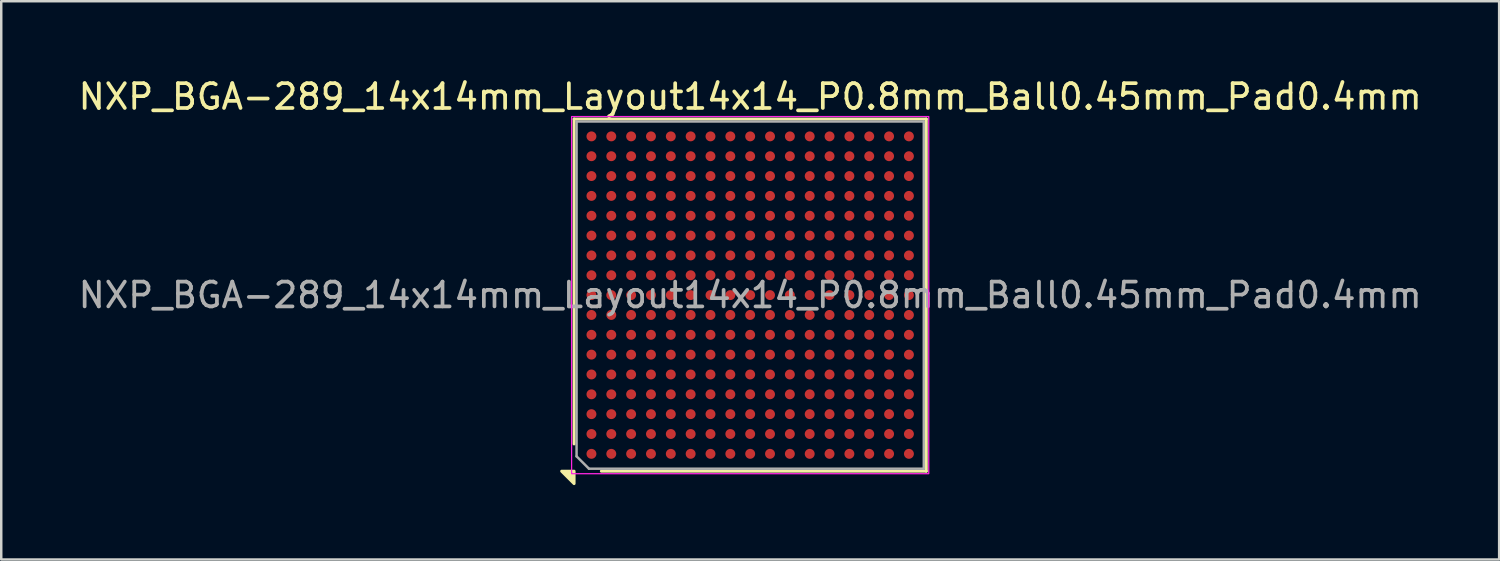
<source format=kicad_pcb>
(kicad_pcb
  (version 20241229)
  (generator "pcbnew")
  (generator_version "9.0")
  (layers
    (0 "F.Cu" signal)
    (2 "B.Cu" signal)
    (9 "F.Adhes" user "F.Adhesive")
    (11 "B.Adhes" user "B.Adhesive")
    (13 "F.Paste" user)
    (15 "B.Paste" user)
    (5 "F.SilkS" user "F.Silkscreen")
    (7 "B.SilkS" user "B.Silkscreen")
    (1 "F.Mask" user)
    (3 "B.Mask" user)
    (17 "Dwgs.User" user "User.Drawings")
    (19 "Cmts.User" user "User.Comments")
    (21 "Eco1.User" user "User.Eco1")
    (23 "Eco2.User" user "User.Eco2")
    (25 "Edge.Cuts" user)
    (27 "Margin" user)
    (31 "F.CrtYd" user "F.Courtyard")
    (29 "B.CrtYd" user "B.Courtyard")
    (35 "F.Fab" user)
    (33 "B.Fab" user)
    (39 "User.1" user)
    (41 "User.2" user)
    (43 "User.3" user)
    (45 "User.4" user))
  (footprint "NXP_BGA-289_14x14mm_Layout14x14_P0.8mm_Ball0.45mm_Pad0.4mm"
    (layer "F.Cu")
    (at 27.196 8.848)
    (property "Reference" "NXP_BGA-289_14x14mm_Layout14x14_P0.8mm_Ball0.45mm_Pad0.4mm" (at 0 -8 0) (layer "F.SilkS") (effects (font (size 1 1) (thickness 0.15))))
    (attr smd)
    (fp_line (start -7.1 -7.1) (end 7.1 -7.1) (stroke (width 0.12) (type solid)) (layer "F.SilkS"))
    (fp_line (start -7.1 6) (end -7.1 -7.1) (stroke (width 0.12) (type solid)) (layer "F.SilkS"))
    (fp_line (start 7.1 -7.1) (end 7.1 7.1) (stroke (width 0.12) (type solid)) (layer "F.SilkS"))
    (fp_line (start 7.1 7.1) (end -6 7.1) (stroke (width 0.12) (type solid)) (layer "F.SilkS"))
    (fp_poly (pts (xy -7.1 7.1) (xy -7.1 7.6) (xy -7.6 7.1) (xy -7.1 7.1)) (stroke (width 0.12) (type solid)) (fill yes) (layer "F.SilkS"))
    (fp_rect (start -7.2 -7.2) (end 7.2 7.2) (stroke (width 0.05) (type solid)) (fill no) (layer "F.CrtYd"))
    (fp_line (start -7 -7) (end 7 -7) (stroke (width 0.1) (type solid)) (layer "F.Fab"))
    (fp_line (start -7 6.5) (end -7 -7) (stroke (width 0.1) (type solid)) (layer "F.Fab"))
    (fp_line (start -6.5 7) (end -7 6.5) (stroke (width 0.1) (type solid)) (layer "F.Fab"))
    (fp_line (start 7 -7) (end 7 7) (stroke (width 0.1) (type solid)) (layer "F.Fab"))
    (fp_line (start 7 7) (end -6.5 7) (stroke (width 0.1) (type solid)) (layer "F.Fab"))
    (fp_text user "${REFERENCE}" (at 0 0 0) (unlocked yes) (layer "F.Fab") (effects (font (size 1 1) (thickness 0.15))))
    (pad "A1" smd circle (at -6.4 6.4) (size 0.4 0.4) (property pad_prop_bga) (layers "F.Cu" "F.Mask" "F.Paste"))
    (pad "A2" smd circle (at -6.4 5.6) (size 0.4 0.4) (property pad_prop_bga) (layers "F.Cu" "F.Mask" "F.Paste"))
    (pad "A3" smd circle (at -6.4 4.8) (size 0.4 0.4) (property pad_prop_bga) (layers "F.Cu" "F.Mask" "F.Paste"))
    (pad "A4" smd circle (at -6.4 4) (size 0.4 0.4) (property pad_prop_bga) (layers "F.Cu" "F.Mask" "F.Paste"))
    (pad "A5" smd circle (at -6.4 3.2) (size 0.4 0.4) (property pad_prop_bga) (layers "F.Cu" "F.Mask" "F.Paste"))
    (pad "A6" smd circle (at -6.4 2.4) (size 0.4 0.4) (property pad_prop_bga) (layers "F.Cu" "F.Mask" "F.Paste"))
    (pad "A7" smd circle (at -6.4 1.6) (size 0.4 0.4) (property pad_prop_bga) (layers "F.Cu" "F.Mask" "F.Paste"))
    (pad "A8" smd circle (at -6.4 0.8) (size 0.4 0.4) (property pad_prop_bga) (layers "F.Cu" "F.Mask" "F.Paste"))
    (pad "A9" smd circle (at -6.4 0) (size 0.4 0.4) (property pad_prop_bga) (layers "F.Cu" "F.Mask" "F.Paste"))
    (pad "A10" smd circle (at -6.4 -0.8) (size 0.4 0.4) (property pad_prop_bga) (layers "F.Cu" "F.Mask" "F.Paste"))
    (pad "A11" smd circle (at -6.4 -1.6) (size 0.4 0.4) (property pad_prop_bga) (layers "F.Cu" "F.Mask" "F.Paste"))
    (pad "A12" smd circle (at -6.4 -2.4) (size 0.4 0.4) (property pad_prop_bga) (layers "F.Cu" "F.Mask" "F.Paste"))
    (pad "A13" smd circle (at -6.4 -3.2) (size 0.4 0.4) (property pad_prop_bga) (layers "F.Cu" "F.Mask" "F.Paste"))
    (pad "A14" smd circle (at -6.4 -4) (size 0.4 0.4) (property pad_prop_bga) (layers "F.Cu" "F.Mask" "F.Paste"))
    (pad "A15" smd circle (at -6.4 -4.8) (size 0.4 0.4) (property pad_prop_bga) (layers "F.Cu" "F.Mask" "F.Paste"))
    (pad "A16" smd circle (at -6.4 -5.6) (size 0.4 0.4) (property pad_prop_bga) (layers "F.Cu" "F.Mask" "F.Paste"))
    (pad "A17" smd circle (at -6.4 -6.4) (size 0.4 0.4) (property pad_prop_bga) (layers "F.Cu" "F.Mask" "F.Paste"))
    (pad "B1" smd circle (at -5.6 6.4) (size 0.4 0.4) (property pad_prop_bga) (layers "F.Cu" "F.Mask" "F.Paste"))
    (pad "B2" smd circle (at -5.6 5.6) (size 0.4 0.4) (property pad_prop_bga) (layers "F.Cu" "F.Mask" "F.Paste"))
    (pad "B3" smd circle (at -5.6 4.8) (size 0.4 0.4) (property pad_prop_bga) (layers "F.Cu" "F.Mask" "F.Paste"))
    (pad "B4" smd circle (at -5.6 4) (size 0.4 0.4) (property pad_prop_bga) (layers "F.Cu" "F.Mask" "F.Paste"))
    (pad "B5" smd circle (at -5.6 3.2) (size 0.4 0.4) (property pad_prop_bga) (layers "F.Cu" "F.Mask" "F.Paste"))
    (pad "B6" smd circle (at -5.6 2.4) (size 0.4 0.4) (property pad_prop_bga) (layers "F.Cu" "F.Mask" "F.Paste"))
    (pad "B7" smd circle (at -5.6 1.6) (size 0.4 0.4) (property pad_prop_bga) (layers "F.Cu" "F.Mask" "F.Paste"))
    (pad "B8" smd circle (at -5.6 0.8) (size 0.4 0.4) (property pad_prop_bga) (layers "F.Cu" "F.Mask" "F.Paste"))
    (pad "B9" smd circle (at -5.6 0) (size 0.4 0.4) (property pad_prop_bga) (layers "F.Cu" "F.Mask" "F.Paste"))
    (pad "B10" smd circle (at -5.6 -0.8) (size 0.4 0.4) (property pad_prop_bga) (layers "F.Cu" "F.Mask" "F.Paste"))
    (pad "B11" smd circle (at -5.6 -1.6) (size 0.4 0.4) (property pad_prop_bga) (layers "F.Cu" "F.Mask" "F.Paste"))
    (pad "B12" smd circle (at -5.6 -2.4) (size 0.4 0.4) (property pad_prop_bga) (layers "F.Cu" "F.Mask" "F.Paste"))
    (pad "B13" smd circle (at -5.6 -3.2) (size 0.4 0.4) (property pad_prop_bga) (layers "F.Cu" "F.Mask" "F.Paste"))
    (pad "B14" smd circle (at -5.6 -4) (size 0.4 0.4) (property pad_prop_bga) (layers "F.Cu" "F.Mask" "F.Paste"))
    (pad "B15" smd circle (at -5.6 -4.8) (size 0.4 0.4) (property pad_prop_bga) (layers "F.Cu" "F.Mask" "F.Paste"))
    (pad "B16" smd circle (at -5.6 -5.6) (size 0.4 0.4) (property pad_prop_bga) (layers "F.Cu" "F.Mask" "F.Paste"))
    (pad "B17" smd circle (at -5.6 -6.4) (size 0.4 0.4) (property pad_prop_bga) (layers "F.Cu" "F.Mask" "F.Paste"))
    (pad "C1" smd circle (at -4.8 6.4) (size 0.4 0.4) (property pad_prop_bga) (layers "F.Cu" "F.Mask" "F.Paste"))
    (pad "C2" smd circle (at -4.8 5.6) (size 0.4 0.4) (property pad_prop_bga) (layers "F.Cu" "F.Mask" "F.Paste"))
    (pad "C3" smd circle (at -4.8 4.8) (size 0.4 0.4) (property pad_prop_bga) (layers "F.Cu" "F.Mask" "F.Paste"))
    (pad "C4" smd circle (at -4.8 4) (size 0.4 0.4) (property pad_prop_bga) (layers "F.Cu" "F.Mask" "F.Paste"))
    (pad "C5" smd circle (at -4.8 3.2) (size 0.4 0.4) (property pad_prop_bga) (layers "F.Cu" "F.Mask" "F.Paste"))
    (pad "C6" smd circle (at -4.8 2.4) (size 0.4 0.4) (property pad_prop_bga) (layers "F.Cu" "F.Mask" "F.Paste"))
    (pad "C7" smd circle (at -4.8 1.6) (size 0.4 0.4) (property pad_prop_bga) (layers "F.Cu" "F.Mask" "F.Paste"))
    (pad "C8" smd circle (at -4.8 0.8) (size 0.4 0.4) (property pad_prop_bga) (layers "F.Cu" "F.Mask" "F.Paste"))
    (pad "C9" smd circle (at -4.8 0) (size 0.4 0.4) (property pad_prop_bga) (layers "F.Cu" "F.Mask" "F.Paste"))
    (pad "C10" smd circle (at -4.8 -0.8) (size 0.4 0.4) (property pad_prop_bga) (layers "F.Cu" "F.Mask" "F.Paste"))
    (pad "C11" smd circle (at -4.8 -1.6) (size 0.4 0.4) (property pad_prop_bga) (layers "F.Cu" "F.Mask" "F.Paste"))
    (pad "C12" smd circle (at -4.8 -2.4) (size 0.4 0.4) (property pad_prop_bga) (layers "F.Cu" "F.Mask" "F.Paste"))
    (pad "C13" smd circle (at -4.8 -3.2) (size 0.4 0.4) (property pad_prop_bga) (layers "F.Cu" "F.Mask" "F.Paste"))
    (pad "C14" smd circle (at -4.8 -4) (size 0.4 0.4) (property pad_prop_bga) (layers "F.Cu" "F.Mask" "F.Paste"))
    (pad "C15" smd circle (at -4.8 -4.8) (size 0.4 0.4) (property pad_prop_bga) (layers "F.Cu" "F.Mask" "F.Paste"))
    (pad "C16" smd circle (at -4.8 -5.6) (size 0.4 0.4) (property pad_prop_bga) (layers "F.Cu" "F.Mask" "F.Paste"))
    (pad "C17" smd circle (at -4.8 -6.4) (size 0.4 0.4) (property pad_prop_bga) (layers "F.Cu" "F.Mask" "F.Paste"))
    (pad "D1" smd circle (at -4 6.4) (size 0.4 0.4) (property pad_prop_bga) (layers "F.Cu" "F.Mask" "F.Paste"))
    (pad "D2" smd circle (at -4 5.6) (size 0.4 0.4) (property pad_prop_bga) (layers "F.Cu" "F.Mask" "F.Paste"))
    (pad "D3" smd circle (at -4 4.8) (size 0.4 0.4) (property pad_prop_bga) (layers "F.Cu" "F.Mask" "F.Paste"))
    (pad "D4" smd circle (at -4 4) (size 0.4 0.4) (property pad_prop_bga) (layers "F.Cu" "F.Mask" "F.Paste"))
    (pad "D5" smd circle (at -4 3.2) (size 0.4 0.4) (property pad_prop_bga) (layers "F.Cu" "F.Mask" "F.Paste"))
    (pad "D6" smd circle (at -4 2.4) (size 0.4 0.4) (property pad_prop_bga) (layers "F.Cu" "F.Mask" "F.Paste"))
    (pad "D7" smd circle (at -4 1.6) (size 0.4 0.4) (property pad_prop_bga) (layers "F.Cu" "F.Mask" "F.Paste"))
    (pad "D8" smd circle (at -4 0.8) (size 0.4 0.4) (property pad_prop_bga) (layers "F.Cu" "F.Mask" "F.Paste"))
    (pad "D9" smd circle (at -4 0) (size 0.4 0.4) (property pad_prop_bga) (layers "F.Cu" "F.Mask" "F.Paste"))
    (pad "D10" smd circle (at -4 -0.8) (size 0.4 0.4) (property pad_prop_bga) (layers "F.Cu" "F.Mask" "F.Paste"))
    (pad "D11" smd circle (at -4 -1.6) (size 0.4 0.4) (property pad_prop_bga) (layers "F.Cu" "F.Mask" "F.Paste"))
    (pad "D12" smd circle (at -4 -2.4) (size 0.4 0.4) (property pad_prop_bga) (layers "F.Cu" "F.Mask" "F.Paste"))
    (pad "D13" smd circle (at -4 -3.2) (size 0.4 0.4) (property pad_prop_bga) (layers "F.Cu" "F.Mask" "F.Paste"))
    (pad "D14" smd circle (at -4 -4) (size 0.4 0.4) (property pad_prop_bga) (layers "F.Cu" "F.Mask" "F.Paste"))
    (pad "D15" smd circle (at -4 -4.8) (size 0.4 0.4) (property pad_prop_bga) (layers "F.Cu" "F.Mask" "F.Paste"))
    (pad "D16" smd circle (at -4 -5.6) (size 0.4 0.4) (property pad_prop_bga) (layers "F.Cu" "F.Mask" "F.Paste"))
    (pad "D17" smd circle (at -4 -6.4) (size 0.4 0.4) (property pad_prop_bga) (layers "F.Cu" "F.Mask" "F.Paste"))
    (pad "E1" smd circle (at -3.2 6.4) (size 0.4 0.4) (property pad_prop_bga) (layers "F.Cu" "F.Mask" "F.Paste"))
    (pad "E2" smd circle (at -3.2 5.6) (size 0.4 0.4) (property pad_prop_bga) (layers "F.Cu" "F.Mask" "F.Paste"))
    (pad "E3" smd circle (at -3.2 4.8) (size 0.4 0.4) (property pad_prop_bga) (layers "F.Cu" "F.Mask" "F.Paste"))
    (pad "E4" smd circle (at -3.2 4) (size 0.4 0.4) (property pad_prop_bga) (layers "F.Cu" "F.Mask" "F.Paste"))
    (pad "E5" smd circle (at -3.2 3.2) (size 0.4 0.4) (property pad_prop_bga) (layers "F.Cu" "F.Mask" "F.Paste"))
    (pad "E6" smd circle (at -3.2 2.4) (size 0.4 0.4) (property pad_prop_bga) (layers "F.Cu" "F.Mask" "F.Paste"))
    (pad "E7" smd circle (at -3.2 1.6) (size 0.4 0.4) (property pad_prop_bga) (layers "F.Cu" "F.Mask" "F.Paste"))
    (pad "E8" smd circle (at -3.2 0.8) (size 0.4 0.4) (property pad_prop_bga) (layers "F.Cu" "F.Mask" "F.Paste"))
    (pad "E9" smd circle (at -3.2 0) (size 0.4 0.4) (property pad_prop_bga) (layers "F.Cu" "F.Mask" "F.Paste"))
    (pad "E10" smd circle (at -3.2 -0.8) (size 0.4 0.4) (property pad_prop_bga) (layers "F.Cu" "F.Mask" "F.Paste"))
    (pad "E11" smd circle (at -3.2 -1.6) (size 0.4 0.4) (property pad_prop_bga) (layers "F.Cu" "F.Mask" "F.Paste"))
    (pad "E12" smd circle (at -3.2 -2.4) (size 0.4 0.4) (property pad_prop_bga) (layers "F.Cu" "F.Mask" "F.Paste"))
    (pad "E13" smd circle (at -3.2 -3.2) (size 0.4 0.4) (property pad_prop_bga) (layers "F.Cu" "F.Mask" "F.Paste"))
    (pad "E14" smd circle (at -3.2 -4) (size 0.4 0.4) (property pad_prop_bga) (layers "F.Cu" "F.Mask" "F.Paste"))
    (pad "E15" smd circle (at -3.2 -4.8) (size 0.4 0.4) (property pad_prop_bga) (layers "F.Cu" "F.Mask" "F.Paste"))
    (pad "E16" smd circle (at -3.2 -5.6) (size 0.4 0.4) (property pad_prop_bga) (layers "F.Cu" "F.Mask" "F.Paste"))
    (pad "E17" smd circle (at -3.2 -6.4) (size 0.4 0.4) (property pad_prop_bga) (layers "F.Cu" "F.Mask" "F.Paste"))
    (pad "F1" smd circle (at -2.4 6.4) (size 0.4 0.4) (property pad_prop_bga) (layers "F.Cu" "F.Mask" "F.Paste"))
    (pad "F2" smd circle (at -2.4 5.6) (size 0.4 0.4) (property pad_prop_bga) (layers "F.Cu" "F.Mask" "F.Paste"))
    (pad "F3" smd circle (at -2.4 4.8) (size 0.4 0.4) (property pad_prop_bga) (layers "F.Cu" "F.Mask" "F.Paste"))
    (pad "F4" smd circle (at -2.4 4) (size 0.4 0.4) (property pad_prop_bga) (layers "F.Cu" "F.Mask" "F.Paste"))
    (pad "F5" smd circle (at -2.4 3.2) (size 0.4 0.4) (property pad_prop_bga) (layers "F.Cu" "F.Mask" "F.Paste"))
    (pad "F6" smd circle (at -2.4 2.4) (size 0.4 0.4) (property pad_prop_bga) (layers "F.Cu" "F.Mask" "F.Paste"))
    (pad "F7" smd circle (at -2.4 1.6) (size 0.4 0.4) (property pad_prop_bga) (layers "F.Cu" "F.Mask" "F.Paste"))
    (pad "F8" smd circle (at -2.4 0.8) (size 0.4 0.4) (property pad_prop_bga) (layers "F.Cu" "F.Mask" "F.Paste"))
    (pad "F9" smd circle (at -2.4 0) (size 0.4 0.4) (property pad_prop_bga) (layers "F.Cu" "F.Mask" "F.Paste"))
    (pad "F10" smd circle (at -2.4 -0.8) (size 0.4 0.4) (property pad_prop_bga) (layers "F.Cu" "F.Mask" "F.Paste"))
    (pad "F11" smd circle (at -2.4 -1.6) (size 0.4 0.4) (property pad_prop_bga) (layers "F.Cu" "F.Mask" "F.Paste"))
    (pad "F12" smd circle (at -2.4 -2.4) (size 0.4 0.4) (property pad_prop_bga) (layers "F.Cu" "F.Mask" "F.Paste"))
    (pad "F13" smd circle (at -2.4 -3.2) (size 0.4 0.4) (property pad_prop_bga) (layers "F.Cu" "F.Mask" "F.Paste"))
    (pad "F14" smd circle (at -2.4 -4) (size 0.4 0.4) (property pad_prop_bga) (layers "F.Cu" "F.Mask" "F.Paste"))
    (pad "F15" smd circle (at -2.4 -4.8) (size 0.4 0.4) (property pad_prop_bga) (layers "F.Cu" "F.Mask" "F.Paste"))
    (pad "F16" smd circle (at -2.4 -5.6) (size 0.4 0.4) (property pad_prop_bga) (layers "F.Cu" "F.Mask" "F.Paste"))
    (pad "F17" smd circle (at -2.4 -6.4) (size 0.4 0.4) (property pad_prop_bga) (layers "F.Cu" "F.Mask" "F.Paste"))
    (pad "G1" smd circle (at -1.6 6.4) (size 0.4 0.4) (property pad_prop_bga) (layers "F.Cu" "F.Mask" "F.Paste"))
    (pad "G2" smd circle (at -1.6 5.6) (size 0.4 0.4) (property pad_prop_bga) (layers "F.Cu" "F.Mask" "F.Paste"))
    (pad "G3" smd circle (at -1.6 4.8) (size 0.4 0.4) (property pad_prop_bga) (layers "F.Cu" "F.Mask" "F.Paste"))
    (pad "G4" smd circle (at -1.6 4) (size 0.4 0.4) (property pad_prop_bga) (layers "F.Cu" "F.Mask" "F.Paste"))
    (pad "G5" smd circle (at -1.6 3.2) (size 0.4 0.4) (property pad_prop_bga) (layers "F.Cu" "F.Mask" "F.Paste"))
    (pad "G6" smd circle (at -1.6 2.4) (size 0.4 0.4) (property pad_prop_bga) (layers "F.Cu" "F.Mask" "F.Paste"))
    (pad "G7" smd circle (at -1.6 1.6) (size 0.4 0.4) (property pad_prop_bga) (layers "F.Cu" "F.Mask" "F.Paste"))
    (pad "G8" smd circle (at -1.6 0.8) (size 0.4 0.4) (property pad_prop_bga) (layers "F.Cu" "F.Mask" "F.Paste"))
    (pad "G9" smd circle (at -1.6 0) (size 0.4 0.4) (property pad_prop_bga) (layers "F.Cu" "F.Mask" "F.Paste"))
    (pad "G10" smd circle (at -1.6 -0.8) (size 0.4 0.4) (property pad_prop_bga) (layers "F.Cu" "F.Mask" "F.Paste"))
    (pad "G11" smd circle (at -1.6 -1.6) (size 0.4 0.4) (property pad_prop_bga) (layers "F.Cu" "F.Mask" "F.Paste"))
    (pad "G12" smd circle (at -1.6 -2.4) (size 0.4 0.4) (property pad_prop_bga) (layers "F.Cu" "F.Mask" "F.Paste"))
    (pad "G13" smd circle (at -1.6 -3.2) (size 0.4 0.4) (property pad_prop_bga) (layers "F.Cu" "F.Mask" "F.Paste"))
    (pad "G14" smd circle (at -1.6 -4) (size 0.4 0.4) (property pad_prop_bga) (layers "F.Cu" "F.Mask" "F.Paste"))
    (pad "G15" smd circle (at -1.6 -4.8) (size 0.4 0.4) (property pad_prop_bga) (layers "F.Cu" "F.Mask" "F.Paste"))
    (pad "G16" smd circle (at -1.6 -5.6) (size 0.4 0.4) (property pad_prop_bga) (layers "F.Cu" "F.Mask" "F.Paste"))
    (pad "G17" smd circle (at -1.6 -6.4) (size 0.4 0.4) (property pad_prop_bga) (layers "F.Cu" "F.Mask" "F.Paste"))
    (pad "H1" smd circle (at -0.8 6.4) (size 0.4 0.4) (property pad_prop_bga) (layers "F.Cu" "F.Mask" "F.Paste"))
    (pad "H2" smd circle (at -0.8 5.6) (size 0.4 0.4) (property pad_prop_bga) (layers "F.Cu" "F.Mask" "F.Paste"))
    (pad "H3" smd circle (at -0.8 4.8) (size 0.4 0.4) (property pad_prop_bga) (layers "F.Cu" "F.Mask" "F.Paste"))
    (pad "H4" smd circle (at -0.8 4) (size 0.4 0.4) (property pad_prop_bga) (layers "F.Cu" "F.Mask" "F.Paste"))
    (pad "H5" smd circle (at -0.8 3.2) (size 0.4 0.4) (property pad_prop_bga) (layers "F.Cu" "F.Mask" "F.Paste"))
    (pad "H6" smd circle (at -0.8 2.4) (size 0.4 0.4) (property pad_prop_bga) (layers "F.Cu" "F.Mask" "F.Paste"))
    (pad "H7" smd circle (at -0.8 1.6) (size 0.4 0.4) (property pad_prop_bga) (layers "F.Cu" "F.Mask" "F.Paste"))
    (pad "H8" smd circle (at -0.8 0.8) (size 0.4 0.4) (property pad_prop_bga) (layers "F.Cu" "F.Mask" "F.Paste"))
    (pad "H9" smd circle (at -0.8 0) (size 0.4 0.4) (property pad_prop_bga) (layers "F.Cu" "F.Mask" "F.Paste"))
    (pad "H10" smd circle (at -0.8 -0.8) (size 0.4 0.4) (property pad_prop_bga) (layers "F.Cu" "F.Mask" "F.Paste"))
    (pad "H11" smd circle (at -0.8 -1.6) (size 0.4 0.4) (property pad_prop_bga) (layers "F.Cu" "F.Mask" "F.Paste"))
    (pad "H12" smd circle (at -0.8 -2.4) (size 0.4 0.4) (property pad_prop_bga) (layers "F.Cu" "F.Mask" "F.Paste"))
    (pad "H13" smd circle (at -0.8 -3.2) (size 0.4 0.4) (property pad_prop_bga) (layers "F.Cu" "F.Mask" "F.Paste"))
    (pad "H14" smd circle (at -0.8 -4) (size 0.4 0.4) (property pad_prop_bga) (layers "F.Cu" "F.Mask" "F.Paste"))
    (pad "H15" smd circle (at -0.8 -4.8) (size 0.4 0.4) (property pad_prop_bga) (layers "F.Cu" "F.Mask" "F.Paste"))
    (pad "H16" smd circle (at -0.8 -5.6) (size 0.4 0.4) (property pad_prop_bga) (layers "F.Cu" "F.Mask" "F.Paste"))
    (pad "H17" smd circle (at -0.8 -6.4) (size 0.4 0.4) (property pad_prop_bga) (layers "F.Cu" "F.Mask" "F.Paste"))
    (pad "J1" smd circle (at 0 6.4) (size 0.4 0.4) (property pad_prop_bga) (layers "F.Cu" "F.Mask" "F.Paste"))
    (pad "J2" smd circle (at 0 5.6) (size 0.4 0.4) (property pad_prop_bga) (layers "F.Cu" "F.Mask" "F.Paste"))
    (pad "J3" smd circle (at 0 4.8) (size 0.4 0.4) (property pad_prop_bga) (layers "F.Cu" "F.Mask" "F.Paste"))
    (pad "J4" smd circle (at 0 4) (size 0.4 0.4) (property pad_prop_bga) (layers "F.Cu" "F.Mask" "F.Paste"))
    (pad "J5" smd circle (at 0 3.2) (size 0.4 0.4) (property pad_prop_bga) (layers "F.Cu" "F.Mask" "F.Paste"))
    (pad "J6" smd circle (at 0 2.4) (size 0.4 0.4) (property pad_prop_bga) (layers "F.Cu" "F.Mask" "F.Paste"))
    (pad "J7" smd circle (at 0 1.6) (size 0.4 0.4) (property pad_prop_bga) (layers "F.Cu" "F.Mask" "F.Paste"))
    (pad "J8" smd circle (at 0 0.8) (size 0.4 0.4) (property pad_prop_bga) (layers "F.Cu" "F.Mask" "F.Paste"))
    (pad "J9" smd circle (at 0 0) (size 0.4 0.4) (property pad_prop_bga) (layers "F.Cu" "F.Mask" "F.Paste"))
    (pad "J10" smd circle (at 0 -0.8) (size 0.4 0.4) (property pad_prop_bga) (layers "F.Cu" "F.Mask" "F.Paste"))
    (pad "J11" smd circle (at 0 -1.6) (size 0.4 0.4) (property pad_prop_bga) (layers "F.Cu" "F.Mask" "F.Paste"))
    (pad "J12" smd circle (at 0 -2.4) (size 0.4 0.4) (property pad_prop_bga) (layers "F.Cu" "F.Mask" "F.Paste"))
    (pad "J13" smd circle (at 0 -3.2) (size 0.4 0.4) (property pad_prop_bga) (layers "F.Cu" "F.Mask" "F.Paste"))
    (pad "J14" smd circle (at 0 -4) (size 0.4 0.4) (property pad_prop_bga) (layers "F.Cu" "F.Mask" "F.Paste"))
    (pad "J15" smd circle (at 0 -4.8) (size 0.4 0.4) (property pad_prop_bga) (layers "F.Cu" "F.Mask" "F.Paste"))
    (pad "J16" smd circle (at 0 -5.6) (size 0.4 0.4) (property pad_prop_bga) (layers "F.Cu" "F.Mask" "F.Paste"))
    (pad "J17" smd circle (at 0 -6.4) (size 0.4 0.4) (property pad_prop_bga) (layers "F.Cu" "F.Mask" "F.Paste"))
    (pad "K1" smd circle (at 0.8 6.4) (size 0.4 0.4) (property pad_prop_bga) (layers "F.Cu" "F.Mask" "F.Paste"))
    (pad "K2" smd circle (at 0.8 5.6) (size 0.4 0.4) (property pad_prop_bga) (layers "F.Cu" "F.Mask" "F.Paste"))
    (pad "K3" smd circle (at 0.8 4.8) (size 0.4 0.4) (property pad_prop_bga) (layers "F.Cu" "F.Mask" "F.Paste"))
    (pad "K4" smd circle (at 0.8 4) (size 0.4 0.4) (property pad_prop_bga) (layers "F.Cu" "F.Mask" "F.Paste"))
    (pad "K5" smd circle (at 0.8 3.2) (size 0.4 0.4) (property pad_prop_bga) (layers "F.Cu" "F.Mask" "F.Paste"))
    (pad "K6" smd circle (at 0.8 2.4) (size 0.4 0.4) (property pad_prop_bga) (layers "F.Cu" "F.Mask" "F.Paste"))
    (pad "K7" smd circle (at 0.8 1.6) (size 0.4 0.4) (property pad_prop_bga) (layers "F.Cu" "F.Mask" "F.Paste"))
    (pad "K8" smd circle (at 0.8 0.8) (size 0.4 0.4) (property pad_prop_bga) (layers "F.Cu" "F.Mask" "F.Paste"))
    (pad "K9" smd circle (at 0.8 0) (size 0.4 0.4) (property pad_prop_bga) (layers "F.Cu" "F.Mask" "F.Paste"))
    (pad "K10" smd circle (at 0.8 -0.8) (size 0.4 0.4) (property pad_prop_bga) (layers "F.Cu" "F.Mask" "F.Paste"))
    (pad "K11" smd circle (at 0.8 -1.6) (size 0.4 0.4) (property pad_prop_bga) (layers "F.Cu" "F.Mask" "F.Paste"))
    (pad "K12" smd circle (at 0.8 -2.4) (size 0.4 0.4) (property pad_prop_bga) (layers "F.Cu" "F.Mask" "F.Paste"))
    (pad "K13" smd circle (at 0.8 -3.2) (size 0.4 0.4) (property pad_prop_bga) (layers "F.Cu" "F.Mask" "F.Paste"))
    (pad "K14" smd circle (at 0.8 -4) (size 0.4 0.4) (property pad_prop_bga) (layers "F.Cu" "F.Mask" "F.Paste"))
    (pad "K15" smd circle (at 0.8 -4.8) (size 0.4 0.4) (property pad_prop_bga) (layers "F.Cu" "F.Mask" "F.Paste"))
    (pad "K16" smd circle (at 0.8 -5.6) (size 0.4 0.4) (property pad_prop_bga) (layers "F.Cu" "F.Mask" "F.Paste"))
    (pad "K17" smd circle (at 0.8 -6.4) (size 0.4 0.4) (property pad_prop_bga) (layers "F.Cu" "F.Mask" "F.Paste"))
    (pad "L1" smd circle (at 1.6 6.4) (size 0.4 0.4) (property pad_prop_bga) (layers "F.Cu" "F.Mask" "F.Paste"))
    (pad "L2" smd circle (at 1.6 5.6) (size 0.4 0.4) (property pad_prop_bga) (layers "F.Cu" "F.Mask" "F.Paste"))
    (pad "L3" smd circle (at 1.6 4.8) (size 0.4 0.4) (property pad_prop_bga) (layers "F.Cu" "F.Mask" "F.Paste"))
    (pad "L4" smd circle (at 1.6 4) (size 0.4 0.4) (property pad_prop_bga) (layers "F.Cu" "F.Mask" "F.Paste"))
    (pad "L5" smd circle (at 1.6 3.2) (size 0.4 0.4) (property pad_prop_bga) (layers "F.Cu" "F.Mask" "F.Paste"))
    (pad "L6" smd circle (at 1.6 2.4) (size 0.4 0.4) (property pad_prop_bga) (layers "F.Cu" "F.Mask" "F.Paste"))
    (pad "L7" smd circle (at 1.6 1.6) (size 0.4 0.4) (property pad_prop_bga) (layers "F.Cu" "F.Mask" "F.Paste"))
    (pad "L8" smd circle (at 1.6 0.8) (size 0.4 0.4) (property pad_prop_bga) (layers "F.Cu" "F.Mask" "F.Paste"))
    (pad "L9" smd circle (at 1.6 0) (size 0.4 0.4) (property pad_prop_bga) (layers "F.Cu" "F.Mask" "F.Paste"))
    (pad "L10" smd circle (at 1.6 -0.8) (size 0.4 0.4) (property pad_prop_bga) (layers "F.Cu" "F.Mask" "F.Paste"))
    (pad "L11" smd circle (at 1.6 -1.6) (size 0.4 0.4) (property pad_prop_bga) (layers "F.Cu" "F.Mask" "F.Paste"))
    (pad "L12" smd circle (at 1.6 -2.4) (size 0.4 0.4) (property pad_prop_bga) (layers "F.Cu" "F.Mask" "F.Paste"))
    (pad "L13" smd circle (at 1.6 -3.2) (size 0.4 0.4) (property pad_prop_bga) (layers "F.Cu" "F.Mask" "F.Paste"))
    (pad "L14" smd circle (at 1.6 -4) (size 0.4 0.4) (property pad_prop_bga) (layers "F.Cu" "F.Mask" "F.Paste"))
    (pad "L15" smd circle (at 1.6 -4.8) (size 0.4 0.4) (property pad_prop_bga) (layers "F.Cu" "F.Mask" "F.Paste"))
    (pad "L16" smd circle (at 1.6 -5.6) (size 0.4 0.4) (property pad_prop_bga) (layers "F.Cu" "F.Mask" "F.Paste"))
    (pad "L17" smd circle (at 1.6 -6.4) (size 0.4 0.4) (property pad_prop_bga) (layers "F.Cu" "F.Mask" "F.Paste"))
    (pad "M1" smd circle (at 2.4 6.4) (size 0.4 0.4) (property pad_prop_bga) (layers "F.Cu" "F.Mask" "F.Paste"))
    (pad "M2" smd circle (at 2.4 5.6) (size 0.4 0.4) (property pad_prop_bga) (layers "F.Cu" "F.Mask" "F.Paste"))
    (pad "M3" smd circle (at 2.4 4.8) (size 0.4 0.4) (property pad_prop_bga) (layers "F.Cu" "F.Mask" "F.Paste"))
    (pad "M4" smd circle (at 2.4 4) (size 0.4 0.4) (property pad_prop_bga) (layers "F.Cu" "F.Mask" "F.Paste"))
    (pad "M5" smd circle (at 2.4 3.2) (size 0.4 0.4) (property pad_prop_bga) (layers "F.Cu" "F.Mask" "F.Paste"))
    (pad "M6" smd circle (at 2.4 2.4) (size 0.4 0.4) (property pad_prop_bga) (layers "F.Cu" "F.Mask" "F.Paste"))
    (pad "M7" smd circle (at 2.4 1.6) (size 0.4 0.4) (property pad_prop_bga) (layers "F.Cu" "F.Mask" "F.Paste"))
    (pad "M8" smd circle (at 2.4 0.8) (size 0.4 0.4) (property pad_prop_bga) (layers "F.Cu" "F.Mask" "F.Paste"))
    (pad "M9" smd circle (at 2.4 0) (size 0.4 0.4) (property pad_prop_bga) (layers "F.Cu" "F.Mask" "F.Paste"))
    (pad "M10" smd circle (at 2.4 -0.8) (size 0.4 0.4) (property pad_prop_bga) (layers "F.Cu" "F.Mask" "F.Paste"))
    (pad "M11" smd circle (at 2.4 -1.6) (size 0.4 0.4) (property pad_prop_bga) (layers "F.Cu" "F.Mask" "F.Paste"))
    (pad "M12" smd circle (at 2.4 -2.4) (size 0.4 0.4) (property pad_prop_bga) (layers "F.Cu" "F.Mask" "F.Paste"))
    (pad "M13" smd circle (at 2.4 -3.2) (size 0.4 0.4) (property pad_prop_bga) (layers "F.Cu" "F.Mask" "F.Paste"))
    (pad "M14" smd circle (at 2.4 -4) (size 0.4 0.4) (property pad_prop_bga) (layers "F.Cu" "F.Mask" "F.Paste"))
    (pad "M15" smd circle (at 2.4 -4.8) (size 0.4 0.4) (property pad_prop_bga) (layers "F.Cu" "F.Mask" "F.Paste"))
    (pad "M16" smd circle (at 2.4 -5.6) (size 0.4 0.4) (property pad_prop_bga) (layers "F.Cu" "F.Mask" "F.Paste"))
    (pad "M17" smd circle (at 2.4 -6.4) (size 0.4 0.4) (property pad_prop_bga) (layers "F.Cu" "F.Mask" "F.Paste"))
    (pad "N1" smd circle (at 3.2 6.4) (size 0.4 0.4) (property pad_prop_bga) (layers "F.Cu" "F.Mask" "F.Paste"))
    (pad "N2" smd circle (at 3.2 5.6) (size 0.4 0.4) (property pad_prop_bga) (layers "F.Cu" "F.Mask" "F.Paste"))
    (pad "N3" smd circle (at 3.2 4.8) (size 0.4 0.4) (property pad_prop_bga) (layers "F.Cu" "F.Mask" "F.Paste"))
    (pad "N4" smd circle (at 3.2 4) (size 0.4 0.4) (property pad_prop_bga) (layers "F.Cu" "F.Mask" "F.Paste"))
    (pad "N5" smd circle (at 3.2 3.2) (size 0.4 0.4) (property pad_prop_bga) (layers "F.Cu" "F.Mask" "F.Paste"))
    (pad "N6" smd circle (at 3.2 2.4) (size 0.4 0.4) (property pad_prop_bga) (layers "F.Cu" "F.Mask" "F.Paste"))
    (pad "N7" smd circle (at 3.2 1.6) (size 0.4 0.4) (property pad_prop_bga) (layers "F.Cu" "F.Mask" "F.Paste"))
    (pad "N8" smd circle (at 3.2 0.8) (size 0.4 0.4) (property pad_prop_bga) (layers "F.Cu" "F.Mask" "F.Paste"))
    (pad "N9" smd circle (at 3.2 0) (size 0.4 0.4) (property pad_prop_bga) (layers "F.Cu" "F.Mask" "F.Paste"))
    (pad "N10" smd circle (at 3.2 -0.8) (size 0.4 0.4) (property pad_prop_bga) (layers "F.Cu" "F.Mask" "F.Paste"))
    (pad "N11" smd circle (at 3.2 -1.6) (size 0.4 0.4) (property pad_prop_bga) (layers "F.Cu" "F.Mask" "F.Paste"))
    (pad "N12" smd circle (at 3.2 -2.4) (size 0.4 0.4) (property pad_prop_bga) (layers "F.Cu" "F.Mask" "F.Paste"))
    (pad "N13" smd circle (at 3.2 -3.2) (size 0.4 0.4) (property pad_prop_bga) (layers "F.Cu" "F.Mask" "F.Paste"))
    (pad "N14" smd circle (at 3.2 -4) (size 0.4 0.4) (property pad_prop_bga) (layers "F.Cu" "F.Mask" "F.Paste"))
    (pad "N15" smd circle (at 3.2 -4.8) (size 0.4 0.4) (property pad_prop_bga) (layers "F.Cu" "F.Mask" "F.Paste"))
    (pad "N16" smd circle (at 3.2 -5.6) (size 0.4 0.4) (property pad_prop_bga) (layers "F.Cu" "F.Mask" "F.Paste"))
    (pad "N17" smd circle (at 3.2 -6.4) (size 0.4 0.4) (property pad_prop_bga) (layers "F.Cu" "F.Mask" "F.Paste"))
    (pad "P1" smd circle (at 4 6.4) (size 0.4 0.4) (property pad_prop_bga) (layers "F.Cu" "F.Mask" "F.Paste"))
    (pad "P2" smd circle (at 4 5.6) (size 0.4 0.4) (property pad_prop_bga) (layers "F.Cu" "F.Mask" "F.Paste"))
    (pad "P3" smd circle (at 4 4.8) (size 0.4 0.4) (property pad_prop_bga) (layers "F.Cu" "F.Mask" "F.Paste"))
    (pad "P4" smd circle (at 4 4) (size 0.4 0.4) (property pad_prop_bga) (layers "F.Cu" "F.Mask" "F.Paste"))
    (pad "P5" smd circle (at 4 3.2) (size 0.4 0.4) (property pad_prop_bga) (layers "F.Cu" "F.Mask" "F.Paste"))
    (pad "P6" smd circle (at 4 2.4) (size 0.4 0.4) (property pad_prop_bga) (layers "F.Cu" "F.Mask" "F.Paste"))
    (pad "P7" smd circle (at 4 1.6) (size 0.4 0.4) (property pad_prop_bga) (layers "F.Cu" "F.Mask" "F.Paste"))
    (pad "P8" smd circle (at 4 0.8) (size 0.4 0.4) (property pad_prop_bga) (layers "F.Cu" "F.Mask" "F.Paste"))
    (pad "P9" smd circle (at 4 0) (size 0.4 0.4) (property pad_prop_bga) (layers "F.Cu" "F.Mask" "F.Paste"))
    (pad "P10" smd circle (at 4 -0.8) (size 0.4 0.4) (property pad_prop_bga) (layers "F.Cu" "F.Mask" "F.Paste"))
    (pad "P11" smd circle (at 4 -1.6) (size 0.4 0.4) (property pad_prop_bga) (layers "F.Cu" "F.Mask" "F.Paste"))
    (pad "P12" smd circle (at 4 -2.4) (size 0.4 0.4) (property pad_prop_bga) (layers "F.Cu" "F.Mask" "F.Paste"))
    (pad "P13" smd circle (at 4 -3.2) (size 0.4 0.4) (property pad_prop_bga) (layers "F.Cu" "F.Mask" "F.Paste"))
    (pad "P14" smd circle (at 4 -4) (size 0.4 0.4) (property pad_prop_bga) (layers "F.Cu" "F.Mask" "F.Paste"))
    (pad "P15" smd circle (at 4 -4.8) (size 0.4 0.4) (property pad_prop_bga) (layers "F.Cu" "F.Mask" "F.Paste"))
    (pad "P16" smd circle (at 4 -5.6) (size 0.4 0.4) (property pad_prop_bga) (layers "F.Cu" "F.Mask" "F.Paste"))
    (pad "P17" smd circle (at 4 -6.4) (size 0.4 0.4) (property pad_prop_bga) (layers "F.Cu" "F.Mask" "F.Paste"))
    (pad "R1" smd circle (at 4.8 6.4) (size 0.4 0.4) (property pad_prop_bga) (layers "F.Cu" "F.Mask" "F.Paste"))
    (pad "R2" smd circle (at 4.8 5.6) (size 0.4 0.4) (property pad_prop_bga) (layers "F.Cu" "F.Mask" "F.Paste"))
    (pad "R3" smd circle (at 4.8 4.8) (size 0.4 0.4) (property pad_prop_bga) (layers "F.Cu" "F.Mask" "F.Paste"))
    (pad "R4" smd circle (at 4.8 4) (size 0.4 0.4) (property pad_prop_bga) (layers "F.Cu" "F.Mask" "F.Paste"))
    (pad "R5" smd circle (at 4.8 3.2) (size 0.4 0.4) (property pad_prop_bga) (layers "F.Cu" "F.Mask" "F.Paste"))
    (pad "R6" smd circle (at 4.8 2.4) (size 0.4 0.4) (property pad_prop_bga) (layers "F.Cu" "F.Mask" "F.Paste"))
    (pad "R7" smd circle (at 4.8 1.6) (size 0.4 0.4) (property pad_prop_bga) (layers "F.Cu" "F.Mask" "F.Paste"))
    (pad "R8" smd circle (at 4.8 0.8) (size 0.4 0.4) (property pad_prop_bga) (layers "F.Cu" "F.Mask" "F.Paste"))
    (pad "R9" smd circle (at 4.8 0) (size 0.4 0.4) (property pad_prop_bga) (layers "F.Cu" "F.Mask" "F.Paste"))
    (pad "R10" smd circle (at 4.8 -0.8) (size 0.4 0.4) (property pad_prop_bga) (layers "F.Cu" "F.Mask" "F.Paste"))
    (pad "R11" smd circle (at 4.8 -1.6) (size 0.4 0.4) (property pad_prop_bga) (layers "F.Cu" "F.Mask" "F.Paste"))
    (pad "R12" smd circle (at 4.8 -2.4) (size 0.4 0.4) (property pad_prop_bga) (layers "F.Cu" "F.Mask" "F.Paste"))
    (pad "R13" smd circle (at 4.8 -3.2) (size 0.4 0.4) (property pad_prop_bga) (layers "F.Cu" "F.Mask" "F.Paste"))
    (pad "R14" smd circle (at 4.8 -4) (size 0.4 0.4) (property pad_prop_bga) (layers "F.Cu" "F.Mask" "F.Paste"))
    (pad "R15" smd circle (at 4.8 -4.8) (size 0.4 0.4) (property pad_prop_bga) (layers "F.Cu" "F.Mask" "F.Paste"))
    (pad "R16" smd circle (at 4.8 -5.6) (size 0.4 0.4) (property pad_prop_bga) (layers "F.Cu" "F.Mask" "F.Paste"))
    (pad "R17" smd circle (at 4.8 -6.4) (size 0.4 0.4) (property pad_prop_bga) (layers "F.Cu" "F.Mask" "F.Paste"))
    (pad "T1" smd circle (at 5.6 6.4) (size 0.4 0.4) (property pad_prop_bga) (layers "F.Cu" "F.Mask" "F.Paste"))
    (pad "T2" smd circle (at 5.6 5.6) (size 0.4 0.4) (property pad_prop_bga) (layers "F.Cu" "F.Mask" "F.Paste"))
    (pad "T3" smd circle (at 5.6 4.8) (size 0.4 0.4) (property pad_prop_bga) (layers "F.Cu" "F.Mask" "F.Paste"))
    (pad "T4" smd circle (at 5.6 4) (size 0.4 0.4) (property pad_prop_bga) (layers "F.Cu" "F.Mask" "F.Paste"))
    (pad "T5" smd circle (at 5.6 3.2) (size 0.4 0.4) (property pad_prop_bga) (layers "F.Cu" "F.Mask" "F.Paste"))
    (pad "T6" smd circle (at 5.6 2.4) (size 0.4 0.4) (property pad_prop_bga) (layers "F.Cu" "F.Mask" "F.Paste"))
    (pad "T7" smd circle (at 5.6 1.6) (size 0.4 0.4) (property pad_prop_bga) (layers "F.Cu" "F.Mask" "F.Paste"))
    (pad "T8" smd circle (at 5.6 0.8) (size 0.4 0.4) (property pad_prop_bga) (layers "F.Cu" "F.Mask" "F.Paste"))
    (pad "T9" smd circle (at 5.6 0) (size 0.4 0.4) (property pad_prop_bga) (layers "F.Cu" "F.Mask" "F.Paste"))
    (pad "T10" smd circle (at 5.6 -0.8) (size 0.4 0.4) (property pad_prop_bga) (layers "F.Cu" "F.Mask" "F.Paste"))
    (pad "T11" smd circle (at 5.6 -1.6) (size 0.4 0.4) (property pad_prop_bga) (layers "F.Cu" "F.Mask" "F.Paste"))
    (pad "T12" smd circle (at 5.6 -2.4) (size 0.4 0.4) (property pad_prop_bga) (layers "F.Cu" "F.Mask" "F.Paste"))
    (pad "T13" smd circle (at 5.6 -3.2) (size 0.4 0.4) (property pad_prop_bga) (layers "F.Cu" "F.Mask" "F.Paste"))
    (pad "T14" smd circle (at 5.6 -4) (size 0.4 0.4) (property pad_prop_bga) (layers "F.Cu" "F.Mask" "F.Paste"))
    (pad "T15" smd circle (at 5.6 -4.8) (size 0.4 0.4) (property pad_prop_bga) (layers "F.Cu" "F.Mask" "F.Paste"))
    (pad "T16" smd circle (at 5.6 -5.6) (size 0.4 0.4) (property pad_prop_bga) (layers "F.Cu" "F.Mask" "F.Paste"))
    (pad "T17" smd circle (at 5.6 -6.4) (size 0.4 0.4) (property pad_prop_bga) (layers "F.Cu" "F.Mask" "F.Paste"))
    (pad "U1" smd circle (at 6.4 6.4) (size 0.4 0.4) (property pad_prop_bga) (layers "F.Cu" "F.Mask" "F.Paste"))
    (pad "U2" smd circle (at 6.4 5.6) (size 0.4 0.4) (property pad_prop_bga) (layers "F.Cu" "F.Mask" "F.Paste"))
    (pad "U3" smd circle (at 6.4 4.8) (size 0.4 0.4) (property pad_prop_bga) (layers "F.Cu" "F.Mask" "F.Paste"))
    (pad "U4" smd circle (at 6.4 4) (size 0.4 0.4) (property pad_prop_bga) (layers "F.Cu" "F.Mask" "F.Paste"))
    (pad "U5" smd circle (at 6.4 3.2) (size 0.4 0.4) (property pad_prop_bga) (layers "F.Cu" "F.Mask" "F.Paste"))
    (pad "U6" smd circle (at 6.4 2.4) (size 0.4 0.4) (property pad_prop_bga) (layers "F.Cu" "F.Mask" "F.Paste"))
    (pad "U7" smd circle (at 6.4 1.6) (size 0.4 0.4) (property pad_prop_bga) (layers "F.Cu" "F.Mask" "F.Paste"))
    (pad "U8" smd circle (at 6.4 0.8) (size 0.4 0.4) (property pad_prop_bga) (layers "F.Cu" "F.Mask" "F.Paste"))
    (pad "U9" smd circle (at 6.4 0) (size 0.4 0.4) (property pad_prop_bga) (layers "F.Cu" "F.Mask" "F.Paste"))
    (pad "U10" smd circle (at 6.4 -0.8) (size 0.4 0.4) (property pad_prop_bga) (layers "F.Cu" "F.Mask" "F.Paste"))
    (pad "U11" smd circle (at 6.4 -1.6) (size 0.4 0.4) (property pad_prop_bga) (layers "F.Cu" "F.Mask" "F.Paste"))
    (pad "U12" smd circle (at 6.4 -2.4) (size 0.4 0.4) (property pad_prop_bga) (layers "F.Cu" "F.Mask" "F.Paste"))
    (pad "U13" smd circle (at 6.4 -3.2) (size 0.4 0.4) (property pad_prop_bga) (layers "F.Cu" "F.Mask" "F.Paste"))
    (pad "U14" smd circle (at 6.4 -4) (size 0.4 0.4) (property pad_prop_bga) (layers "F.Cu" "F.Mask" "F.Paste"))
    (pad "U15" smd circle (at 6.4 -4.8) (size 0.4 0.4) (property pad_prop_bga) (layers "F.Cu" "F.Mask" "F.Paste"))
    (pad "U16" smd circle (at 6.4 -5.6) (size 0.4 0.4) (property pad_prop_bga) (layers "F.Cu" "F.Mask" "F.Paste"))
    (pad "U17" smd circle (at 6.4 -6.4) (size 0.4 0.4) (property pad_prop_bga) (layers "F.Cu" "F.Mask" "F.Paste")))
  (gr_rect
    (start -3 -3)
    (end 57.393 19.508)
    (stroke (width 0.1) (type default))
    (fill no)
    (layer "Edge.Cuts")))
</source>
